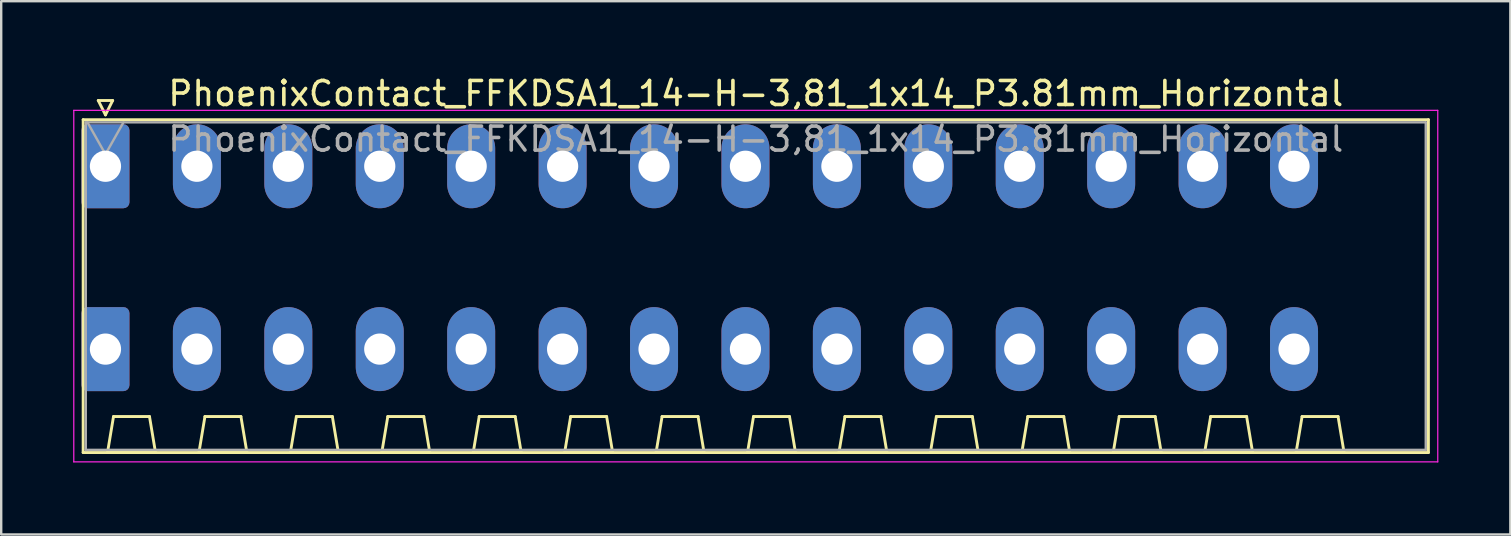
<source format=kicad_pcb>
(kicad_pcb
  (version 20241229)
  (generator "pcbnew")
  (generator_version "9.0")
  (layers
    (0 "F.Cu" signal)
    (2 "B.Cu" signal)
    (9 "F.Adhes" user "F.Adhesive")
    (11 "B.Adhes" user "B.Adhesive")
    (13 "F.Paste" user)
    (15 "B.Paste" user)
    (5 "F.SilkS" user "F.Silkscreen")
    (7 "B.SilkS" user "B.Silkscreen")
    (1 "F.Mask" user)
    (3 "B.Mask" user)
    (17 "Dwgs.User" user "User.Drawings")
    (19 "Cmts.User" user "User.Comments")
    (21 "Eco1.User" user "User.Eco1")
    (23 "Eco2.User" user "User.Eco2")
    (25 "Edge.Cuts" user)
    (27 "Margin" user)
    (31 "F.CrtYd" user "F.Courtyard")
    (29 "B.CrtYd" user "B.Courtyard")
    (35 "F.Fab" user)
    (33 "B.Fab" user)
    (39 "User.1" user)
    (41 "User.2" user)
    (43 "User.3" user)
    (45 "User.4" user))
  (footprint "PhoenixContact_FFKDSA1_14-H-3,81_1x14_P3.81mm_Horizontal"
    (layer "F.Cu")
    (at 1.345 3.878)
    (property "Reference" "PhoenixContact_FFKDSA1_14-H-3,81_1x14_P3.81mm_Horizontal" (at 27.1 -3.03 0) (layer "F.SilkS") (effects (font (size 1 1) (thickness 0.15))))
    (attr through_hole)
    (fp_line (start -0.93 -1.94) (end -0.93 11.93) (stroke (width 0.12) (type solid)) (layer "F.SilkS"))
    (fp_line (start -0.93 11.93) (end 55.13 11.93) (stroke (width 0.12) (type solid)) (layer "F.SilkS"))
    (fp_line (start -0.3 -2.74) (end 0.3 -2.74) (stroke (width 0.12) (type solid)) (layer "F.SilkS"))
    (fp_line (start 0 -2.14) (end -0.3 -2.74) (stroke (width 0.12) (type solid)) (layer "F.SilkS"))
    (fp_line (start 0.085 11.93) (end 2.085 11.93) (stroke (width 0.12) (type solid)) (layer "F.SilkS"))
    (fp_line (start 0.3 -2.74) (end 0 -2.14) (stroke (width 0.12) (type solid)) (layer "F.SilkS"))
    (fp_line (start 0.335 10.43) (end 0.085 11.93) (stroke (width 0.12) (type solid)) (layer "F.SilkS"))
    (fp_line (start 1.835 10.43) (end 0.335 10.43) (stroke (width 0.12) (type solid)) (layer "F.SilkS"))
    (fp_line (start 2.085 11.93) (end 1.835 10.43) (stroke (width 0.12) (type solid)) (layer "F.SilkS"))
    (fp_line (start 3.895 11.93) (end 5.895 11.93) (stroke (width 0.12) (type solid)) (layer "F.SilkS"))
    (fp_line (start 4.145 10.43) (end 3.895 11.93) (stroke (width 0.12) (type solid)) (layer "F.SilkS"))
    (fp_line (start 5.645 10.43) (end 4.145 10.43) (stroke (width 0.12) (type solid)) (layer "F.SilkS"))
    (fp_line (start 5.895 11.93) (end 5.645 10.43) (stroke (width 0.12) (type solid)) (layer "F.SilkS"))
    (fp_line (start 7.705 11.93) (end 9.705 11.93) (stroke (width 0.12) (type solid)) (layer "F.SilkS"))
    (fp_line (start 7.955 10.43) (end 7.705 11.93) (stroke (width 0.12) (type solid)) (layer "F.SilkS"))
    (fp_line (start 9.455 10.43) (end 7.955 10.43) (stroke (width 0.12) (type solid)) (layer "F.SilkS"))
    (fp_line (start 9.705 11.93) (end 9.455 10.43) (stroke (width 0.12) (type solid)) (layer "F.SilkS"))
    (fp_line (start 11.515 11.93) (end 13.515 11.93) (stroke (width 0.12) (type solid)) (layer "F.SilkS"))
    (fp_line (start 11.765 10.43) (end 11.515 11.93) (stroke (width 0.12) (type solid)) (layer "F.SilkS"))
    (fp_line (start 13.265 10.43) (end 11.765 10.43) (stroke (width 0.12) (type solid)) (layer "F.SilkS"))
    (fp_line (start 13.515 11.93) (end 13.265 10.43) (stroke (width 0.12) (type solid)) (layer "F.SilkS"))
    (fp_line (start 15.325 11.93) (end 17.325 11.93) (stroke (width 0.12) (type solid)) (layer "F.SilkS"))
    (fp_line (start 15.575 10.43) (end 15.325 11.93) (stroke (width 0.12) (type solid)) (layer "F.SilkS"))
    (fp_line (start 17.075 10.43) (end 15.575 10.43) (stroke (width 0.12) (type solid)) (layer "F.SilkS"))
    (fp_line (start 17.325 11.93) (end 17.075 10.43) (stroke (width 0.12) (type solid)) (layer "F.SilkS"))
    (fp_line (start 19.135 11.93) (end 21.135 11.93) (stroke (width 0.12) (type solid)) (layer "F.SilkS"))
    (fp_line (start 19.385 10.43) (end 19.135 11.93) (stroke (width 0.12) (type solid)) (layer "F.SilkS"))
    (fp_line (start 20.885 10.43) (end 19.385 10.43) (stroke (width 0.12) (type solid)) (layer "F.SilkS"))
    (fp_line (start 21.135 11.93) (end 20.885 10.43) (stroke (width 0.12) (type solid)) (layer "F.SilkS"))
    (fp_line (start 22.945 11.93) (end 24.945 11.93) (stroke (width 0.12) (type solid)) (layer "F.SilkS"))
    (fp_line (start 23.195 10.43) (end 22.945 11.93) (stroke (width 0.12) (type solid)) (layer "F.SilkS"))
    (fp_line (start 24.695 10.43) (end 23.195 10.43) (stroke (width 0.12) (type solid)) (layer "F.SilkS"))
    (fp_line (start 24.945 11.93) (end 24.695 10.43) (stroke (width 0.12) (type solid)) (layer "F.SilkS"))
    (fp_line (start 26.755 11.93) (end 28.755 11.93) (stroke (width 0.12) (type solid)) (layer "F.SilkS"))
    (fp_line (start 27.005 10.43) (end 26.755 11.93) (stroke (width 0.12) (type solid)) (layer "F.SilkS"))
    (fp_line (start 28.505 10.43) (end 27.005 10.43) (stroke (width 0.12) (type solid)) (layer "F.SilkS"))
    (fp_line (start 28.755 11.93) (end 28.505 10.43) (stroke (width 0.12) (type solid)) (layer "F.SilkS"))
    (fp_line (start 30.565 11.93) (end 32.565 11.93) (stroke (width 0.12) (type solid)) (layer "F.SilkS"))
    (fp_line (start 30.815 10.43) (end 30.565 11.93) (stroke (width 0.12) (type solid)) (layer "F.SilkS"))
    (fp_line (start 32.315 10.43) (end 30.815 10.43) (stroke (width 0.12) (type solid)) (layer "F.SilkS"))
    (fp_line (start 32.565 11.93) (end 32.315 10.43) (stroke (width 0.12) (type solid)) (layer "F.SilkS"))
    (fp_line (start 34.375 11.93) (end 36.375 11.93) (stroke (width 0.12) (type solid)) (layer "F.SilkS"))
    (fp_line (start 34.625 10.43) (end 34.375 11.93) (stroke (width 0.12) (type solid)) (layer "F.SilkS"))
    (fp_line (start 36.125 10.43) (end 34.625 10.43) (stroke (width 0.12) (type solid)) (layer "F.SilkS"))
    (fp_line (start 36.375 11.93) (end 36.125 10.43) (stroke (width 0.12) (type solid)) (layer "F.SilkS"))
    (fp_line (start 38.185 11.93) (end 40.185 11.93) (stroke (width 0.12) (type solid)) (layer "F.SilkS"))
    (fp_line (start 38.435 10.43) (end 38.185 11.93) (stroke (width 0.12) (type solid)) (layer "F.SilkS"))
    (fp_line (start 39.935 10.43) (end 38.435 10.43) (stroke (width 0.12) (type solid)) (layer "F.SilkS"))
    (fp_line (start 40.185 11.93) (end 39.935 10.43) (stroke (width 0.12) (type solid)) (layer "F.SilkS"))
    (fp_line (start 41.995 11.93) (end 43.995 11.93) (stroke (width 0.12) (type solid)) (layer "F.SilkS"))
    (fp_line (start 42.245 10.43) (end 41.995 11.93) (stroke (width 0.12) (type solid)) (layer "F.SilkS"))
    (fp_line (start 43.745 10.43) (end 42.245 10.43) (stroke (width 0.12) (type solid)) (layer "F.SilkS"))
    (fp_line (start 43.995 11.93) (end 43.745 10.43) (stroke (width 0.12) (type solid)) (layer "F.SilkS"))
    (fp_line (start 45.805 11.93) (end 47.805 11.93) (stroke (width 0.12) (type solid)) (layer "F.SilkS"))
    (fp_line (start 46.055 10.43) (end 45.805 11.93) (stroke (width 0.12) (type solid)) (layer "F.SilkS"))
    (fp_line (start 47.555 10.43) (end 46.055 10.43) (stroke (width 0.12) (type solid)) (layer "F.SilkS"))
    (fp_line (start 47.805 11.93) (end 47.555 10.43) (stroke (width 0.12) (type solid)) (layer "F.SilkS"))
    (fp_line (start 49.615 11.93) (end 51.615 11.93) (stroke (width 0.12) (type solid)) (layer "F.SilkS"))
    (fp_line (start 49.865 10.43) (end 49.615 11.93) (stroke (width 0.12) (type solid)) (layer "F.SilkS"))
    (fp_line (start 51.365 10.43) (end 49.865 10.43) (stroke (width 0.12) (type solid)) (layer "F.SilkS"))
    (fp_line (start 51.615 11.93) (end 51.365 10.43) (stroke (width 0.12) (type solid)) (layer "F.SilkS"))
    (fp_line (start 55.13 -1.94) (end -0.93 -1.94) (stroke (width 0.12) (type solid)) (layer "F.SilkS"))
    (fp_line (start 55.13 11.93) (end 55.13 -1.94) (stroke (width 0.12) (type solid)) (layer "F.SilkS"))
    (fp_line (start -1.32 -2.33) (end -1.32 12.32) (stroke (width 0.05) (type solid)) (layer "F.CrtYd"))
    (fp_line (start -1.32 12.32) (end 55.52 12.32) (stroke (width 0.05) (type solid)) (layer "F.CrtYd"))
    (fp_line (start 55.52 -2.33) (end -1.32 -2.33) (stroke (width 0.05) (type solid)) (layer "F.CrtYd"))
    (fp_line (start 55.52 12.32) (end 55.52 -2.33) (stroke (width 0.05) (type solid)) (layer "F.CrtYd"))
    (fp_line (start -0.82 -1.83) (end -0.82 11.82) (stroke (width 0.1) (type solid)) (layer "F.Fab"))
    (fp_line (start -0.82 11.82) (end 55.02 11.82) (stroke (width 0.1) (type solid)) (layer "F.Fab"))
    (fp_line (start 0 -0.5) (end -0.75 -1.83) (stroke (width 0.1) (type solid)) (layer "F.Fab"))
    (fp_line (start 0.75 -1.83) (end 0 -0.5) (stroke (width 0.1) (type solid)) (layer "F.Fab"))
    (fp_line (start 55.02 -1.83) (end -0.82 -1.83) (stroke (width 0.1) (type solid)) (layer "F.Fab"))
    (fp_line (start 55.02 11.82) (end 55.02 -1.83) (stroke (width 0.1) (type solid)) (layer "F.Fab"))
    (fp_text user "${REFERENCE}" (at 27.1 -1.13 0) (layer "F.Fab") (effects (font (size 1 1) (thickness 0.15))))
    (pad "1" thru_hole roundrect (at 0 0) (size 2 3.5) (drill 1.3) (layers "*.Cu" "*.Mask") (roundrect_rratio 0.125))
    (pad "1" thru_hole roundrect (at 0 7.62) (size 2 3.5) (drill 1.3) (layers "*.Cu" "*.Mask") (roundrect_rratio 0.125))
    (pad "2" thru_hole oval (at 3.81 0) (size 2 3.5) (drill 1.3) (layers "*.Cu" "*.Mask"))
    (pad "2" thru_hole oval (at 3.81 7.62) (size 2 3.5) (drill 1.3) (layers "*.Cu" "*.Mask"))
    (pad "3" thru_hole oval (at 7.62 0) (size 2 3.5) (drill 1.3) (layers "*.Cu" "*.Mask"))
    (pad "3" thru_hole oval (at 7.62 7.62) (size 2 3.5) (drill 1.3) (layers "*.Cu" "*.Mask"))
    (pad "4" thru_hole oval (at 11.43 0) (size 2 3.5) (drill 1.3) (layers "*.Cu" "*.Mask"))
    (pad "4" thru_hole oval (at 11.43 7.62) (size 2 3.5) (drill 1.3) (layers "*.Cu" "*.Mask"))
    (pad "5" thru_hole oval (at 15.24 0) (size 2 3.5) (drill 1.3) (layers "*.Cu" "*.Mask"))
    (pad "5" thru_hole oval (at 15.24 7.62) (size 2 3.5) (drill 1.3) (layers "*.Cu" "*.Mask"))
    (pad "6" thru_hole oval (at 19.05 0) (size 2 3.5) (drill 1.3) (layers "*.Cu" "*.Mask"))
    (pad "6" thru_hole oval (at 19.05 7.62) (size 2 3.5) (drill 1.3) (layers "*.Cu" "*.Mask"))
    (pad "7" thru_hole oval (at 22.86 0) (size 2 3.5) (drill 1.3) (layers "*.Cu" "*.Mask"))
    (pad "7" thru_hole oval (at 22.86 7.62) (size 2 3.5) (drill 1.3) (layers "*.Cu" "*.Mask"))
    (pad "8" thru_hole oval (at 26.67 0) (size 2 3.5) (drill 1.3) (layers "*.Cu" "*.Mask"))
    (pad "8" thru_hole oval (at 26.67 7.62) (size 2 3.5) (drill 1.3) (layers "*.Cu" "*.Mask"))
    (pad "9" thru_hole oval (at 30.48 0) (size 2 3.5) (drill 1.3) (layers "*.Cu" "*.Mask"))
    (pad "9" thru_hole oval (at 30.48 7.62) (size 2 3.5) (drill 1.3) (layers "*.Cu" "*.Mask"))
    (pad "10" thru_hole oval (at 34.29 0) (size 2 3.5) (drill 1.3) (layers "*.Cu" "*.Mask"))
    (pad "10" thru_hole oval (at 34.29 7.62) (size 2 3.5) (drill 1.3) (layers "*.Cu" "*.Mask"))
    (pad "11" thru_hole oval (at 38.1 0) (size 2 3.5) (drill 1.3) (layers "*.Cu" "*.Mask"))
    (pad "11" thru_hole oval (at 38.1 7.62) (size 2 3.5) (drill 1.3) (layers "*.Cu" "*.Mask"))
    (pad "12" thru_hole oval (at 41.91 0) (size 2 3.5) (drill 1.3) (layers "*.Cu" "*.Mask"))
    (pad "12" thru_hole oval (at 41.91 7.62) (size 2 3.5) (drill 1.3) (layers "*.Cu" "*.Mask"))
    (pad "13" thru_hole oval (at 45.72 0) (size 2 3.5) (drill 1.3) (layers "*.Cu" "*.Mask"))
    (pad "13" thru_hole oval (at 45.72 7.62) (size 2 3.5) (drill 1.3) (layers "*.Cu" "*.Mask"))
    (pad "14" thru_hole oval (at 49.53 0) (size 2 3.5) (drill 1.3) (layers "*.Cu" "*.Mask"))
    (pad "14" thru_hole oval (at 49.53 7.62) (size 2 3.5) (drill 1.3) (layers "*.Cu" "*.Mask")))
  (gr_rect
    (start -3 -3)
    (end 59.89 19.223)
    (stroke (width 0.1) (type default))
    (fill no)
    (layer "Edge.Cuts")))
</source>
